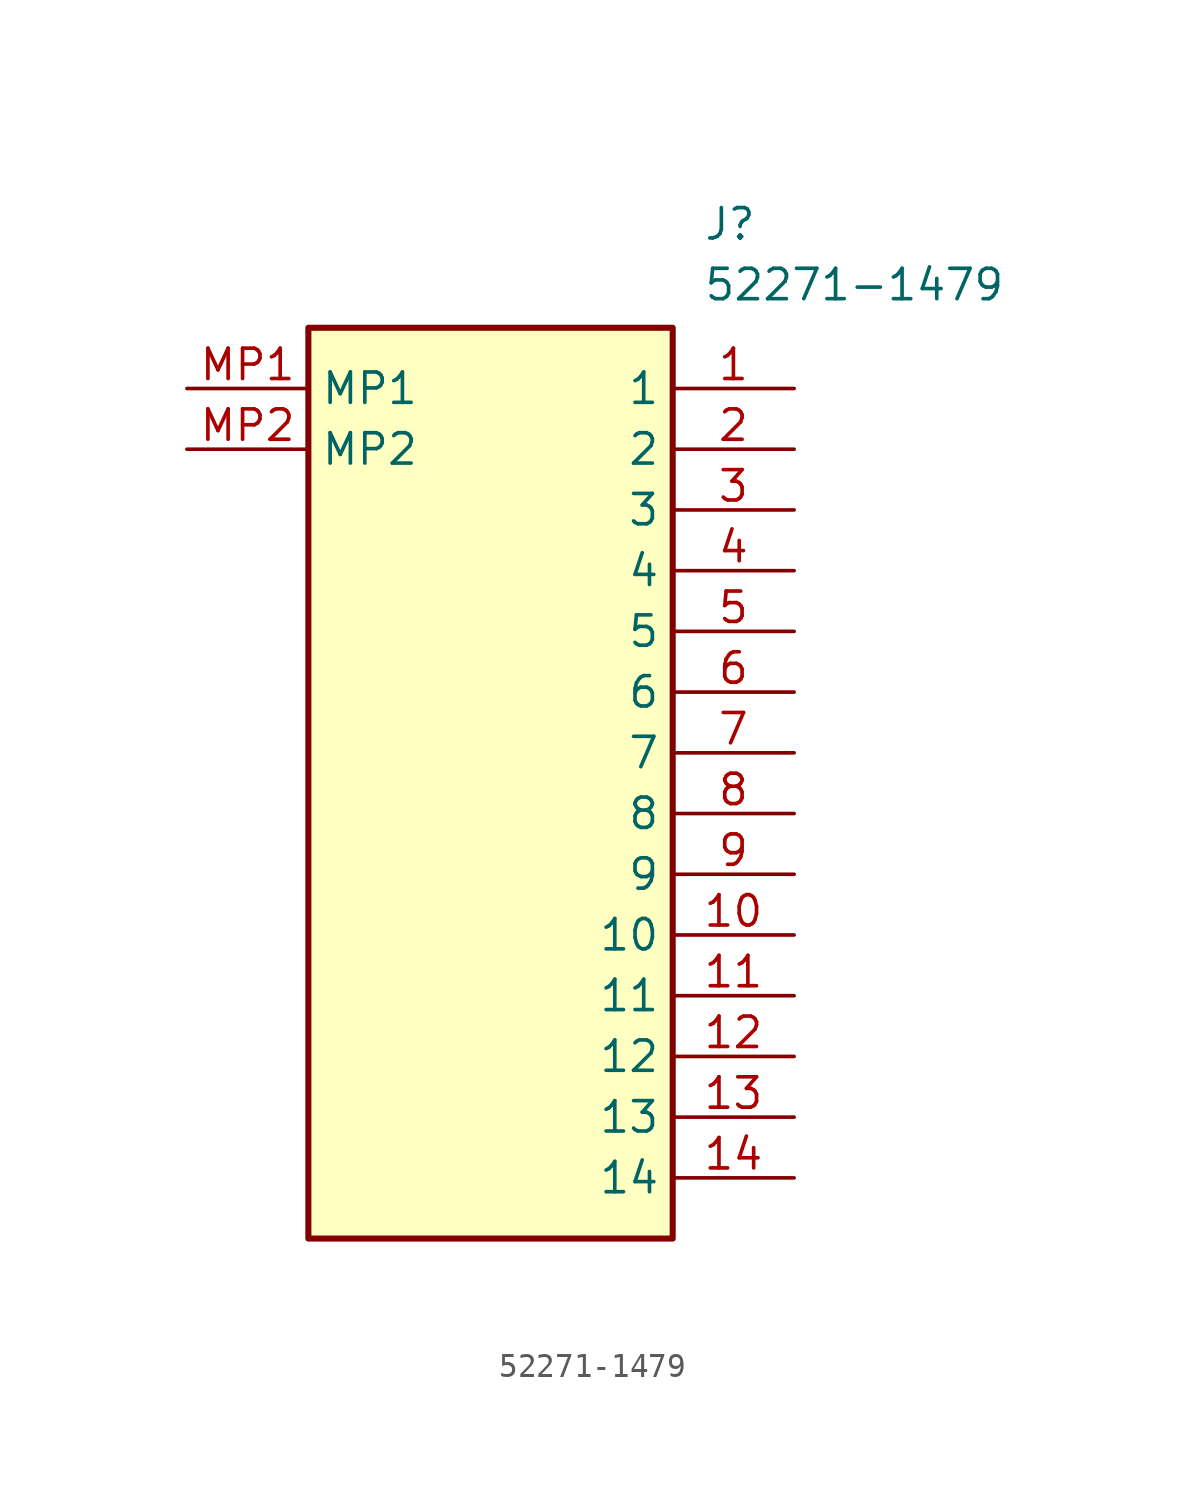
<source format=kicad_sym>
(kicad_symbol_lib
  (version 20211014)
  (generator SamacSys_ECAD_Model)
  (symbol "52271-1479"
    (property "Reference" "J"
      (at 21.59 7.62 0)
      (effects (font (size 1.27 1.27)) (justify left top)))
    (property "Value" "52271-1479"
      (at 21.59 5.08 0)
      (effects (font (size 1.27 1.27)) (justify left top)))
    (rectangle
      (start 5.08 2.54)
      (end 20.32 -35.56)
      (stroke (width 0.254) (type default))
      (fill (type background)))
    (pin passive line
      (at 25.4 0 180)
      (length 5.08)
      (name "1" (effects (font (size 1.27 1.27))))
      (number "1" (effects (font (size 1.27 1.27)))))
    (pin passive line
      (at 25.4 -2.54 180)
      (length 5.08)
      (name "2" (effects (font (size 1.27 1.27))))
      (number "2" (effects (font (size 1.27 1.27)))))
    (pin passive line
      (at 25.4 -5.08 180)
      (length 5.08)
      (name "3" (effects (font (size 1.27 1.27))))
      (number "3" (effects (font (size 1.27 1.27)))))
    (pin passive line
      (at 25.4 -7.62 180)
      (length 5.08)
      (name "4" (effects (font (size 1.27 1.27))))
      (number "4" (effects (font (size 1.27 1.27)))))
    (pin passive line
      (at 25.4 -10.16 180)
      (length 5.08)
      (name "5" (effects (font (size 1.27 1.27))))
      (number "5" (effects (font (size 1.27 1.27)))))
    (pin passive line
      (at 25.4 -12.7 180)
      (length 5.08)
      (name "6" (effects (font (size 1.27 1.27))))
      (number "6" (effects (font (size 1.27 1.27)))))
    (pin passive line
      (at 25.4 -15.24 180)
      (length 5.08)
      (name "7" (effects (font (size 1.27 1.27))))
      (number "7" (effects (font (size 1.27 1.27)))))
    (pin passive line
      (at 25.4 -17.78 180)
      (length 5.08)
      (name "8" (effects (font (size 1.27 1.27))))
      (number "8" (effects (font (size 1.27 1.27)))))
    (pin passive line
      (at 25.4 -20.32 180)
      (length 5.08)
      (name "9" (effects (font (size 1.27 1.27))))
      (number "9" (effects (font (size 1.27 1.27)))))
    (pin passive line
      (at 25.4 -22.86 180)
      (length 5.08)
      (name "10" (effects (font (size 1.27 1.27))))
      (number "10" (effects (font (size 1.27 1.27)))))
    (pin passive line
      (at 25.4 -25.4 180)
      (length 5.08)
      (name "11" (effects (font (size 1.27 1.27))))
      (number "11" (effects (font (size 1.27 1.27)))))
    (pin passive line
      (at 25.4 -27.94 180)
      (length 5.08)
      (name "12" (effects (font (size 1.27 1.27))))
      (number "12" (effects (font (size 1.27 1.27)))))
    (pin passive line
      (at 25.4 -30.48 180)
      (length 5.08)
      (name "13" (effects (font (size 1.27 1.27))))
      (number "13" (effects (font (size 1.27 1.27)))))
    (pin passive line
      (at 25.4 -33.02 180)
      (length 5.08)
      (name "14" (effects (font (size 1.27 1.27))))
      (number "14" (effects (font (size 1.27 1.27)))))
    (pin passive line
      (at 0 0 0)
      (length 5.08)
      (name "MP1" (effects (font (size 1.27 1.27))))
      (number "MP1" (effects (font (size 1.27 1.27)))))
    (pin passive line
      (at 0 -2.54 0)
      (length 5.08)
      (name "MP2" (effects (font (size 1.27 1.27))))
      (number "MP2" (effects (font (size 1.27 1.27)))))))
</source>
